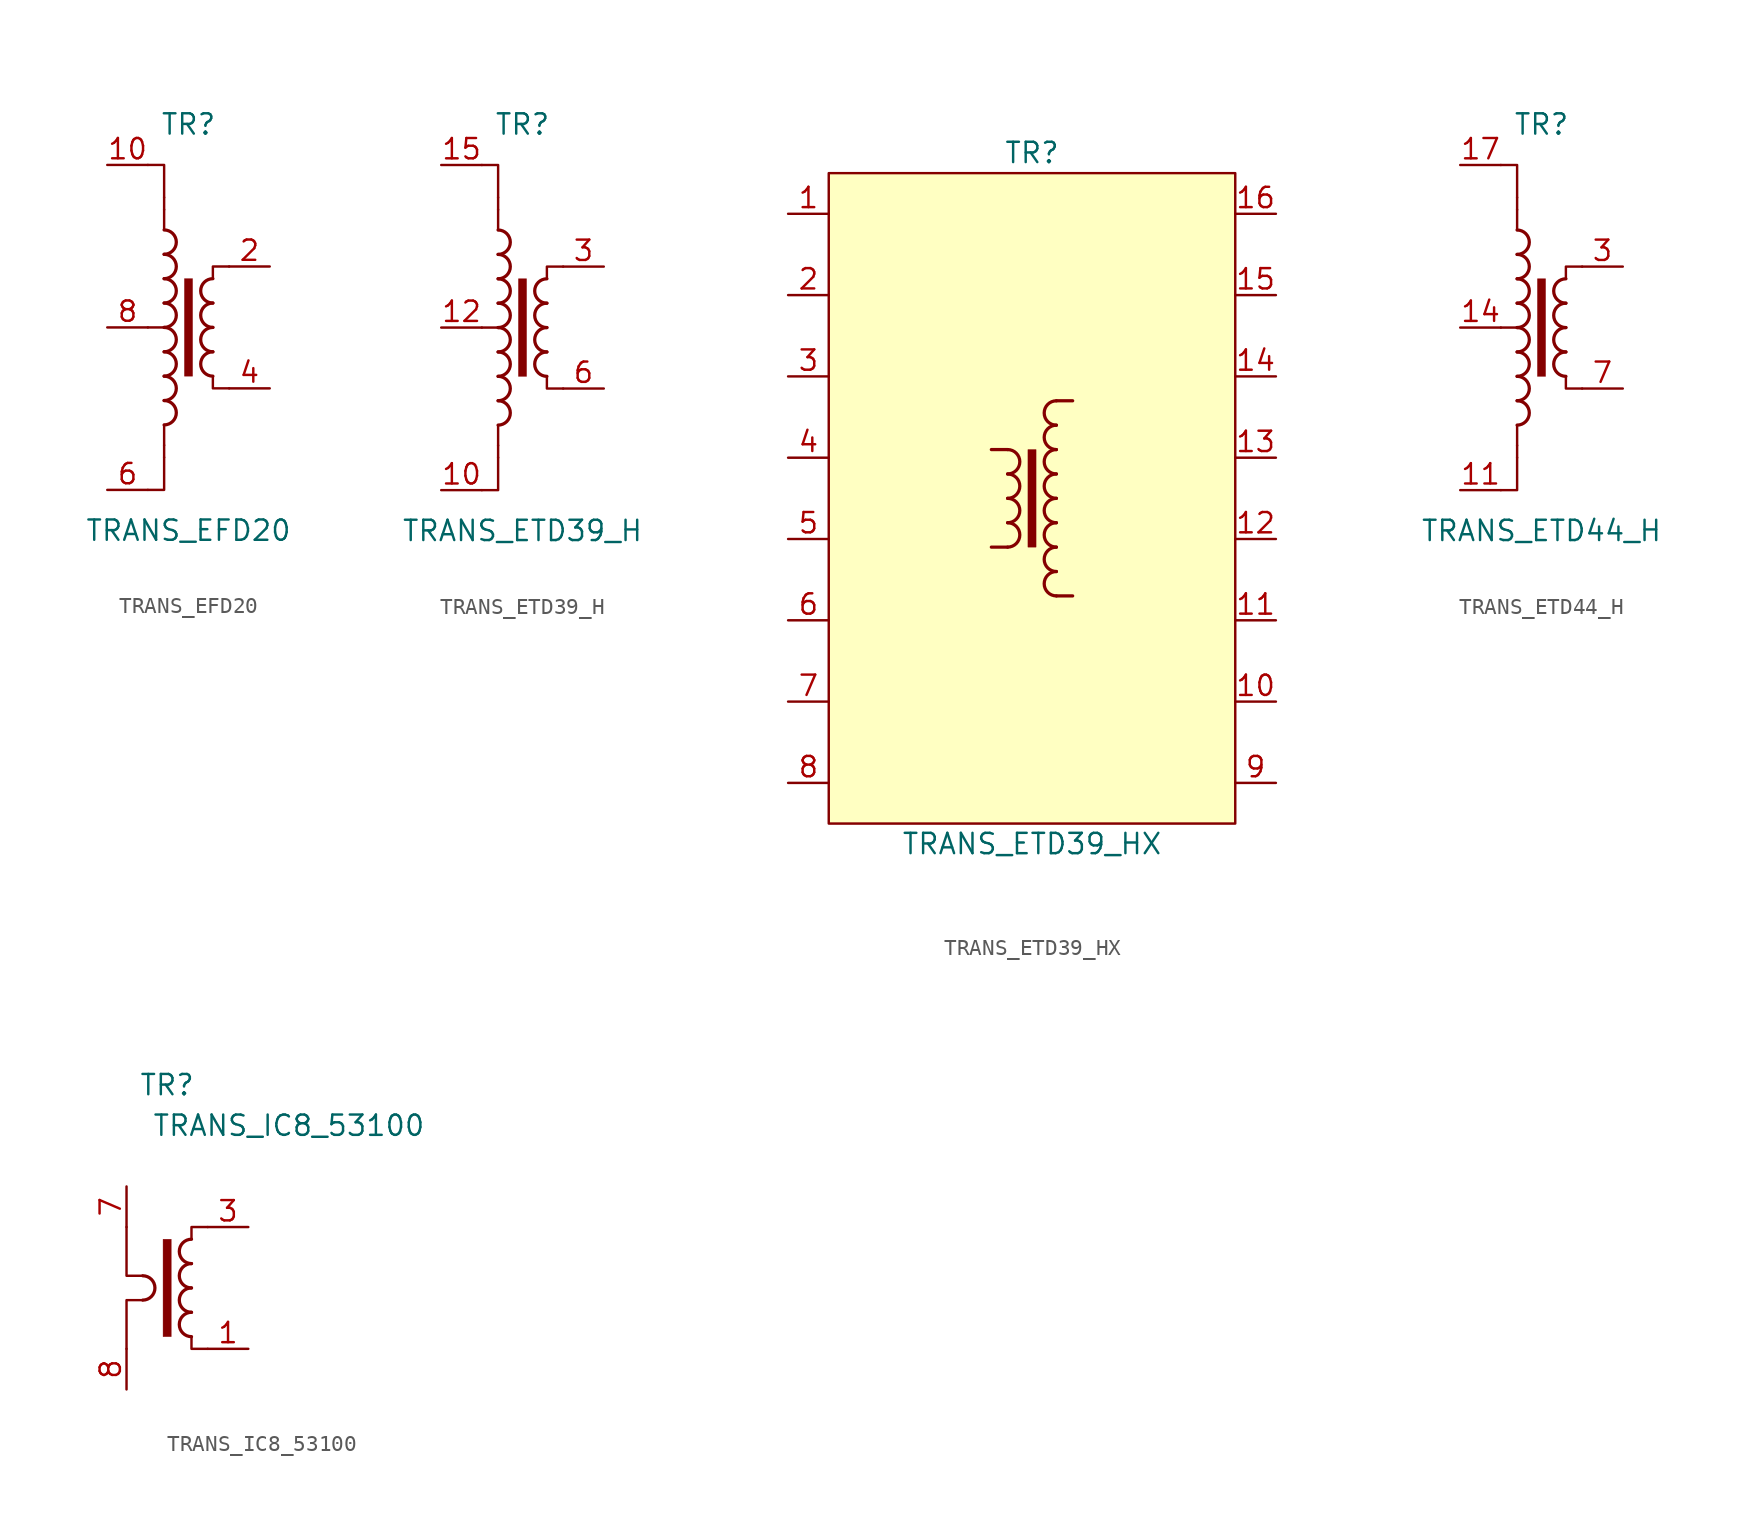
<source format=kicad_sym>
(kicad_symbol_lib
  (version 20211014)
  (generator kicad_symbol_editor)
  (symbol "TRANS_EFD20"
    (property "Reference" "TR"
      (at 0 12.7 0)
      (effects (font (size 1.27 1.27))))
    (property "Value" "TRANS_EFD20"
      (at 0 -12.7 0)
      (effects (font (size 1.27 1.27))))
    (symbol "TRANS_EFD20_0_1"
      (arc (start -1.524 -3.048) (mid -0.762 -2.286) (end -1.524 -1.524) (stroke (width 0.2032) (type default) (color 0 0 0 0)) (fill (type none)))
      (arc (start -1.524 -1.524) (mid -0.762 -0.762) (end -1.524 0) (stroke (width 0.2032) (type default) (color 0 0 0 0)) (fill (type none)))
      (arc (start -1.524 0) (mid -0.762 0.762) (end -1.524 1.524) (stroke (width 0.2032) (type default) (color 0 0 0 0)) (fill (type none)))
      (arc (start -1.524 1.524) (mid -0.762 2.286) (end -1.524 3.048) (stroke (width 0.2032) (type default) (color 0 0 0 0)) (fill (type none)))
      (rectangle (start -0.254 3.048) (end 0.254 -3.048) (stroke (width 0.025) (type default) (color 0 0 0 0)) (fill (type outline)))
      (polyline (pts (xy -1.524 -7.366) (xy -1.524 -8.128)) (stroke (width 0) (type default) (color 0 0 0 0)) (fill (type none)))
      (polyline (pts (xy -1.524 -7.366) (xy -1.524 -6.096)) (stroke (width 0) (type default) (color 0 0 0 0)) (fill (type none)))
      (polyline (pts (xy -1.524 7.366) (xy -1.524 6.096)) (stroke (width 0) (type default) (color 0 0 0 0)) (fill (type none)))
      (polyline (pts (xy -1.524 7.366) (xy -1.524 8.128)) (stroke (width 0) (type default) (color 0 0 0 0)) (fill (type none)))
      (polyline (pts (xy -1.524 0) (xy -2.54 0) (xy -2.54 0)) (stroke (width 0) (type default) (color 0 0 0 0)) (fill (type outline)))
      (polyline (pts (xy 2.54 -3.81) (xy 1.524 -3.81) (xy 1.524 -3.048)) (stroke (width 0.152) (type default) (color 0 0 0 0)) (fill (type none)))
      (polyline (pts (xy -2.54 10.16) (xy -1.524 10.16) (xy -1.524 8.128) (xy -1.524 8.128)) (stroke (width 0.152) (type default) (color 0 0 0 0)) (fill (type none)))
      (polyline (pts (xy -1.524 -8.128) (xy -1.524 -10.16) (xy -2.54 -10.16) (xy -2.54 -10.16)) (stroke (width 0.152) (type default) (color 0 0 0 0)) (fill (type none)))
      (polyline (pts (xy 1.524 3.048) (xy 1.524 3.81) (xy 2.54 3.81) (xy 2.54 3.81)) (stroke (width 0.152) (type default) (color 0 0 0 0)) (fill (type none)))
      (arc (start 1.524 -1.524) (mid 0.762 -2.286) (end 1.524 -3.048) (stroke (width 0.2032) (type default) (color 0 0 0 0)) (fill (type none)))
      (arc (start 1.524 0) (mid 0.762 -0.762) (end 1.524 -1.524) (stroke (width 0.2032) (type default) (color 0 0 0 0)) (fill (type none)))
      (arc (start 1.524 1.524) (mid 0.762 0.762) (end 1.524 0) (stroke (width 0.2032) (type default) (color 0 0 0 0)) (fill (type none)))
      (arc (start 1.524 3.048) (mid 0.762 2.286) (end 1.524 1.524) (stroke (width 0.2032) (type default) (color 0 0 0 0)) (fill (type none))))
    (symbol "TRANS_EFD20_1_1"
      (arc (start -1.524 -6.096) (mid -0.762 -5.334) (end -1.524 -4.572) (stroke (width 0.2032) (type default) (color 0 0 0 0)) (fill (type none)))
      (arc (start -1.524 -4.572) (mid -0.762 -3.81) (end -1.524 -3.048) (stroke (width 0.2032) (type default) (color 0 0 0 0)) (fill (type none)))
      (arc (start -1.524 3.048) (mid -0.762 3.81) (end -1.524 4.572) (stroke (width 0.2032) (type default) (color 0 0 0 0)) (fill (type none)))
      (arc (start -1.524 4.572) (mid -0.762 5.334) (end -1.524 6.096) (stroke (width 0.2032) (type default) (color 0 0 0 0)) (fill (type none)))
      (pin passive line (at -5.08 10.16 0) (length 2.54) (name "~" (effects (font (size 1.27 1.27)))) (number "10" (effects (font (size 1.27 1.27)))))
      (pin passive line (at 5.08 3.81 180) (length 2.54) (name "~" (effects (font (size 1.27 1.27)))) (number "2" (effects (font (size 1.27 1.27)))))
      (pin passive line (at 5.08 -3.81 180) (length 2.54) (name "~" (effects (font (size 1.27 1.27)))) (number "4" (effects (font (size 1.27 1.27)))))
      (pin passive line (at -5.08 -10.16 0) (length 2.54) (name "~" (effects (font (size 1.27 1.27)))) (number "6" (effects (font (size 1.27 1.27)))))
      (pin passive line (at -5.08 0 0) (length 2.54) (name "~" (effects (font (size 1.27 1.27)))) (number "8" (effects (font (size 1.27 1.27)))))))
  (symbol "TRANS_ETD39_H"
    (property "Reference" "TR"
      (at 0 12.7 0)
      (effects (font (size 1.27 1.27))))
    (property "Value" "TRANS_ETD39_H"
      (at 0 -12.7 0)
      (effects (font (size 1.27 1.27))))
    (symbol "TRANS_ETD39_H_0_1"
      (arc (start -1.524 -3.048) (mid -0.762 -2.286) (end -1.524 -1.524) (stroke (width 0.2032) (type default) (color 0 0 0 0)) (fill (type none)))
      (arc (start -1.524 -1.524) (mid -0.762 -0.762) (end -1.524 0) (stroke (width 0.2032) (type default) (color 0 0 0 0)) (fill (type none)))
      (arc (start -1.524 0) (mid -0.762 0.762) (end -1.524 1.524) (stroke (width 0.2032) (type default) (color 0 0 0 0)) (fill (type none)))
      (arc (start -1.524 1.524) (mid -0.762 2.286) (end -1.524 3.048) (stroke (width 0.2032) (type default) (color 0 0 0 0)) (fill (type none)))
      (rectangle (start -0.254 3.048) (end 0.254 -3.048) (stroke (width 0.025) (type default) (color 0 0 0 0)) (fill (type outline)))
      (polyline (pts (xy -1.524 -7.366) (xy -1.524 -8.128)) (stroke (width 0) (type default) (color 0 0 0 0)) (fill (type none)))
      (polyline (pts (xy -1.524 -7.366) (xy -1.524 -6.096)) (stroke (width 0) (type default) (color 0 0 0 0)) (fill (type none)))
      (polyline (pts (xy -1.524 7.366) (xy -1.524 6.096)) (stroke (width 0) (type default) (color 0 0 0 0)) (fill (type none)))
      (polyline (pts (xy -1.524 7.366) (xy -1.524 8.128)) (stroke (width 0) (type default) (color 0 0 0 0)) (fill (type none)))
      (polyline (pts (xy -1.524 0) (xy -2.54 0) (xy -2.54 0)) (stroke (width 0) (type default) (color 0 0 0 0)) (fill (type outline)))
      (polyline (pts (xy 2.54 -3.81) (xy 1.524 -3.81) (xy 1.524 -3.048)) (stroke (width 0.152) (type default) (color 0 0 0 0)) (fill (type none)))
      (polyline (pts (xy -2.54 10.16) (xy -1.524 10.16) (xy -1.524 8.128) (xy -1.524 8.128)) (stroke (width 0.152) (type default) (color 0 0 0 0)) (fill (type none)))
      (polyline (pts (xy -1.524 -8.128) (xy -1.524 -10.16) (xy -2.54 -10.16) (xy -2.54 -10.16)) (stroke (width 0.152) (type default) (color 0 0 0 0)) (fill (type none)))
      (polyline (pts (xy 1.524 3.048) (xy 1.524 3.81) (xy 2.54 3.81) (xy 2.54 3.81)) (stroke (width 0.152) (type default) (color 0 0 0 0)) (fill (type none)))
      (arc (start 1.524 -1.524) (mid 0.762 -2.286) (end 1.524 -3.048) (stroke (width 0.2032) (type default) (color 0 0 0 0)) (fill (type none)))
      (arc (start 1.524 0) (mid 0.762 -0.762) (end 1.524 -1.524) (stroke (width 0.2032) (type default) (color 0 0 0 0)) (fill (type none)))
      (arc (start 1.524 1.524) (mid 0.762 0.762) (end 1.524 0) (stroke (width 0.2032) (type default) (color 0 0 0 0)) (fill (type none)))
      (arc (start 1.524 3.048) (mid 0.762 2.286) (end 1.524 1.524) (stroke (width 0.2032) (type default) (color 0 0 0 0)) (fill (type none))))
    (symbol "TRANS_ETD39_H_1_1"
      (arc (start -1.524 -6.096) (mid -0.762 -5.334) (end -1.524 -4.572) (stroke (width 0.2032) (type default) (color 0 0 0 0)) (fill (type none)))
      (arc (start -1.524 -4.572) (mid -0.762 -3.81) (end -1.524 -3.048) (stroke (width 0.2032) (type default) (color 0 0 0 0)) (fill (type none)))
      (arc (start -1.524 3.048) (mid -0.762 3.81) (end -1.524 4.572) (stroke (width 0.2032) (type default) (color 0 0 0 0)) (fill (type none)))
      (arc (start -1.524 4.572) (mid -0.762 5.334) (end -1.524 6.096) (stroke (width 0.2032) (type default) (color 0 0 0 0)) (fill (type none)))
      (pin passive line (at -5.08 -10.16 0) (length 2.54) (name "~" (effects (font (size 1.27 1.27)))) (number "10" (effects (font (size 1.27 1.27)))))
      (pin passive line (at -5.08 0 0) (length 2.54) (name "~" (effects (font (size 1.27 1.27)))) (number "12" (effects (font (size 1.27 1.27)))))
      (pin passive line (at -5.08 10.16 0) (length 2.54) (name "~" (effects (font (size 1.27 1.27)))) (number "15" (effects (font (size 1.27 1.27)))))
      (pin passive line (at 5.08 3.81 180) (length 2.54) (name "~" (effects (font (size 1.27 1.27)))) (number "3" (effects (font (size 1.27 1.27)))))
      (pin passive line (at 5.08 -3.81 180) (length 2.54) (name "~" (effects (font (size 1.27 1.27)))) (number "6" (effects (font (size 1.27 1.27)))))))
  (symbol "TRANS_ETD39_HX"
    (property "Reference" "TR"
      (at 0 21.59 0)
      (effects (font (size 1.27 1.27))))
    (property "Value" "TRANS_ETD39_HX"
      (at 0 -21.59 0)
      (effects (font (size 1.27 1.27))))
    (symbol "TRANS_ETD39_HX_0_1"
      (rectangle (start -12.7 20.32) (end 12.7 -20.32) (stroke (width 0) (type default) (color 0 0 0 0)) (fill (type background)))
      (arc (start -1.524 -3.048) (mid -0.762 -2.286) (end -1.524 -1.524) (stroke (width 0.2032) (type default) (color 0 0 0 0)) (fill (type none)))
      (arc (start -1.524 -1.524) (mid -0.762 -0.762) (end -1.524 0) (stroke (width 0.2032) (type default) (color 0 0 0 0)) (fill (type none)))
      (arc (start -1.524 0) (mid -0.762 0.762) (end -1.524 1.524) (stroke (width 0.2032) (type default) (color 0 0 0 0)) (fill (type none)))
      (arc (start -1.524 1.524) (mid -0.762 2.286) (end -1.524 3.048) (stroke (width 0.2032) (type default) (color 0 0 0 0)) (fill (type none)))
      (rectangle (start -0.254 -3.048) (end 0.254 3.048) (stroke (width 0.025) (type default) (color 0 0 0 0)) (fill (type outline)))
      (polyline (pts (xy -1.524 -3.048) (xy -2.54 -3.048)) (stroke (width 0.203) (type default) (color 0 0 0 0)) (fill (type none)))
      (polyline (pts (xy -1.524 3.048) (xy -2.54 3.048)) (stroke (width 0.203) (type default) (color 0 0 0 0)) (fill (type none)))
      (polyline (pts (xy 2.54 -6.096) (xy 1.524 -6.096)) (stroke (width 0.203) (type default) (color 0 0 0 0)) (fill (type none)))
      (polyline (pts (xy 2.54 6.096) (xy 1.524 6.096)) (stroke (width 0.203) (type default) (color 0 0 0 0)) (fill (type none)))
      (arc (start 1.524 -1.524) (mid 0.762 -2.286) (end 1.524 -3.048) (stroke (width 0.2032) (type default) (color 0 0 0 0)) (fill (type none)))
      (arc (start 1.524 0) (mid 0.762 -0.762) (end 1.524 -1.524) (stroke (width 0.2032) (type default) (color 0 0 0 0)) (fill (type none)))
      (arc (start 1.524 1.524) (mid 0.762 0.762) (end 1.524 0) (stroke (width 0.2032) (type default) (color 0 0 0 0)) (fill (type none)))
      (arc (start 1.524 3.048) (mid 0.762 2.286) (end 1.524 1.524) (stroke (width 0.2032) (type default) (color 0 0 0 0)) (fill (type none))))
    (symbol "TRANS_ETD39_HX_1_1"
      (arc (start 1.524 -4.572) (mid 0.762 -5.334) (end 1.524 -6.096) (stroke (width 0.2032) (type default) (color 0 0 0 0)) (fill (type none)))
      (arc (start 1.524 -3.048) (mid 0.762 -3.81) (end 1.524 -4.572) (stroke (width 0.2032) (type default) (color 0 0 0 0)) (fill (type none)))
      (arc (start 1.524 4.572) (mid 0.762 3.81) (end 1.524 3.048) (stroke (width 0.2032) (type default) (color 0 0 0 0)) (fill (type none)))
      (arc (start 1.524 6.096) (mid 0.762 5.334) (end 1.524 4.572) (stroke (width 0.2032) (type default) (color 0 0 0 0)) (fill (type none)))
      (pin passive line (at -15.24 17.78 0) (length 2.54) (name "~" (effects (font (size 1.27 1.27)))) (number "1" (effects (font (size 1.27 1.27)))))
      (pin passive line (at 15.24 -12.7 180) (length 2.54) (name "~" (effects (font (size 1.27 1.27)))) (number "10" (effects (font (size 1.27 1.27)))))
      (pin passive line (at 15.24 -7.62 180) (length 2.54) (name "~" (effects (font (size 1.27 1.27)))) (number "11" (effects (font (size 1.27 1.27)))))
      (pin passive line (at 15.24 -2.54 180) (length 2.54) (name "~" (effects (font (size 1.27 1.27)))) (number "12" (effects (font (size 1.27 1.27)))))
      (pin passive line (at 15.24 2.54 180) (length 2.54) (name "~" (effects (font (size 1.27 1.27)))) (number "13" (effects (font (size 1.27 1.27)))))
      (pin passive line (at 15.24 7.62 180) (length 2.54) (name "~" (effects (font (size 1.27 1.27)))) (number "14" (effects (font (size 1.27 1.27)))))
      (pin passive line (at 15.24 12.7 180) (length 2.54) (name "~" (effects (font (size 1.27 1.27)))) (number "15" (effects (font (size 1.27 1.27)))))
      (pin passive line (at 15.24 17.78 180) (length 2.54) (name "~" (effects (font (size 1.27 1.27)))) (number "16" (effects (font (size 1.27 1.27)))))
      (pin passive line (at -15.24 12.7 0) (length 2.54) (name "~" (effects (font (size 1.27 1.27)))) (number "2" (effects (font (size 1.27 1.27)))))
      (pin passive line (at -15.24 7.62 0) (length 2.54) (name "~" (effects (font (size 1.27 1.27)))) (number "3" (effects (font (size 1.27 1.27)))))
      (pin passive line (at -15.24 2.54 0) (length 2.54) (name "~" (effects (font (size 1.27 1.27)))) (number "4" (effects (font (size 1.27 1.27)))))
      (pin passive line (at -15.24 -2.54 0) (length 2.54) (name "~" (effects (font (size 1.27 1.27)))) (number "5" (effects (font (size 1.27 1.27)))))
      (pin passive line (at -15.24 -7.62 0) (length 2.54) (name "~" (effects (font (size 1.27 1.27)))) (number "6" (effects (font (size 1.27 1.27)))))
      (pin passive line (at -15.24 -12.7 0) (length 2.54) (name "~" (effects (font (size 1.27 1.27)))) (number "7" (effects (font (size 1.27 1.27)))))
      (pin passive line (at -15.24 -17.78 0) (length 2.54) (name "~" (effects (font (size 1.27 1.27)))) (number "8" (effects (font (size 1.27 1.27)))))
      (pin passive line (at 15.24 -17.78 180) (length 2.54) (name "~" (effects (font (size 1.27 1.27)))) (number "9" (effects (font (size 1.27 1.27)))))))
  (symbol "TRANS_ETD44_H"
    (property "Reference" "TR"
      (at 0 12.7 0)
      (effects (font (size 1.27 1.27))))
    (property "Value" "TRANS_ETD44_H"
      (at 0 -12.7 0)
      (effects (font (size 1.27 1.27))))
    (symbol "TRANS_ETD44_H_0_1"
      (arc (start -1.524 -3.048) (mid -0.762 -2.286) (end -1.524 -1.524) (stroke (width 0.2032) (type default) (color 0 0 0 0)) (fill (type none)))
      (arc (start -1.524 -1.524) (mid -0.762 -0.762) (end -1.524 0) (stroke (width 0.2032) (type default) (color 0 0 0 0)) (fill (type none)))
      (arc (start -1.524 0) (mid -0.762 0.762) (end -1.524 1.524) (stroke (width 0.2032) (type default) (color 0 0 0 0)) (fill (type none)))
      (arc (start -1.524 1.524) (mid -0.762 2.286) (end -1.524 3.048) (stroke (width 0.2032) (type default) (color 0 0 0 0)) (fill (type none)))
      (rectangle (start -0.254 3.048) (end 0.254 -3.048) (stroke (width 0.025) (type default) (color 0 0 0 0)) (fill (type outline)))
      (polyline (pts (xy -1.524 -7.366) (xy -1.524 -8.128)) (stroke (width 0) (type default) (color 0 0 0 0)) (fill (type none)))
      (polyline (pts (xy -1.524 -7.366) (xy -1.524 -6.096)) (stroke (width 0) (type default) (color 0 0 0 0)) (fill (type none)))
      (polyline (pts (xy -1.524 7.366) (xy -1.524 6.096)) (stroke (width 0) (type default) (color 0 0 0 0)) (fill (type none)))
      (polyline (pts (xy -1.524 7.366) (xy -1.524 8.128)) (stroke (width 0) (type default) (color 0 0 0 0)) (fill (type none)))
      (polyline (pts (xy -1.524 0) (xy -2.54 0) (xy -2.54 0)) (stroke (width 0) (type default) (color 0 0 0 0)) (fill (type outline)))
      (polyline (pts (xy 2.54 -3.81) (xy 1.524 -3.81) (xy 1.524 -3.048)) (stroke (width 0.152) (type default) (color 0 0 0 0)) (fill (type none)))
      (polyline (pts (xy -2.54 10.16) (xy -1.524 10.16) (xy -1.524 8.128) (xy -1.524 8.128)) (stroke (width 0.152) (type default) (color 0 0 0 0)) (fill (type none)))
      (polyline (pts (xy -1.524 -8.128) (xy -1.524 -10.16) (xy -2.54 -10.16) (xy -2.54 -10.16)) (stroke (width 0.152) (type default) (color 0 0 0 0)) (fill (type none)))
      (polyline (pts (xy 1.524 3.048) (xy 1.524 3.81) (xy 2.54 3.81) (xy 2.54 3.81)) (stroke (width 0.152) (type default) (color 0 0 0 0)) (fill (type none)))
      (arc (start 1.524 -1.524) (mid 0.762 -2.286) (end 1.524 -3.048) (stroke (width 0.2032) (type default) (color 0 0 0 0)) (fill (type none)))
      (arc (start 1.524 0) (mid 0.762 -0.762) (end 1.524 -1.524) (stroke (width 0.2032) (type default) (color 0 0 0 0)) (fill (type none)))
      (arc (start 1.524 1.524) (mid 0.762 0.762) (end 1.524 0) (stroke (width 0.2032) (type default) (color 0 0 0 0)) (fill (type none)))
      (arc (start 1.524 3.048) (mid 0.762 2.286) (end 1.524 1.524) (stroke (width 0.2032) (type default) (color 0 0 0 0)) (fill (type none))))
    (symbol "TRANS_ETD44_H_1_1"
      (arc (start -1.524 -6.096) (mid -0.762 -5.334) (end -1.524 -4.572) (stroke (width 0.2032) (type default) (color 0 0 0 0)) (fill (type none)))
      (arc (start -1.524 -4.572) (mid -0.762 -3.81) (end -1.524 -3.048) (stroke (width 0.2032) (type default) (color 0 0 0 0)) (fill (type none)))
      (arc (start -1.524 3.048) (mid -0.762 3.81) (end -1.524 4.572) (stroke (width 0.2032) (type default) (color 0 0 0 0)) (fill (type none)))
      (arc (start -1.524 4.572) (mid -0.762 5.334) (end -1.524 6.096) (stroke (width 0.2032) (type default) (color 0 0 0 0)) (fill (type none)))
      (pin passive line (at -5.08 -10.16 0) (length 2.54) (name "~" (effects (font (size 1.27 1.27)))) (number "11" (effects (font (size 1.27 1.27)))))
      (pin passive line (at -5.08 0 0) (length 2.54) (name "~" (effects (font (size 1.27 1.27)))) (number "14" (effects (font (size 1.27 1.27)))))
      (pin passive line (at -5.08 10.16 0) (length 2.54) (name "~" (effects (font (size 1.27 1.27)))) (number "17" (effects (font (size 1.27 1.27)))))
      (pin passive line (at 5.08 3.81 180) (length 2.54) (name "~" (effects (font (size 1.27 1.27)))) (number "3" (effects (font (size 1.27 1.27)))))
      (pin passive line (at 5.08 -3.81 180) (length 2.54) (name "~" (effects (font (size 1.27 1.27)))) (number "7" (effects (font (size 1.27 1.27)))))))
  (symbol "TRANS_IC8_53100"
    (property "Reference" "TR"
      (at 0 12.7 0)
      (effects (font (size 1.27 1.27))))
    (property "Value" "TRANS_IC8_53100"
      (at 7.62 10.16 0)
      (effects (font (size 1.27 1.27))))
    (symbol "TRANS_IC8_53100_0_1"
      (arc (start -1.524 -0.762) (mid -0.762 0) (end -1.524 0.762) (stroke (width 0.2032) (type default) (color 0 0 0 0)) (fill (type none)))
      (rectangle (start -0.254 3.048) (end 0.254 -3.048) (stroke (width 0.025) (type default) (color 0 0 0 0)) (fill (type outline)))
      (polyline (pts (xy -2.54 3.81) (xy -2.54 0.762) (xy -1.524 0.762)) (stroke (width 0) (type default) (color 0 0 0 0)) (fill (type none)))
      (polyline (pts (xy -1.524 -0.762) (xy -2.54 -0.762) (xy -2.54 -3.81)) (stroke (width 0) (type default) (color 0 0 0 0)) (fill (type none)))
      (polyline (pts (xy 2.54 -3.81) (xy 1.524 -3.81) (xy 1.524 -3.048)) (stroke (width 0) (type default) (color 0 0 0 0)) (fill (type none)))
      (polyline (pts (xy 2.54 3.81) (xy 1.524 3.81) (xy 1.524 3.048)) (stroke (width 0) (type default) (color 0 0 0 0)) (fill (type none)))
      (arc (start 1.524 -1.524) (mid 0.762 -2.286) (end 1.524 -3.048) (stroke (width 0.2032) (type default) (color 0 0 0 0)) (fill (type none)))
      (arc (start 1.524 0) (mid 0.762 -0.762) (end 1.524 -1.524) (stroke (width 0.2032) (type default) (color 0 0 0 0)) (fill (type none)))
      (arc (start 1.524 1.524) (mid 0.762 0.762) (end 1.524 0) (stroke (width 0.2032) (type default) (color 0 0 0 0)) (fill (type none)))
      (arc (start 1.524 3.048) (mid 0.762 2.286) (end 1.524 1.524) (stroke (width 0.2032) (type default) (color 0 0 0 0)) (fill (type none))))
    (symbol "TRANS_IC8_53100_1_1"
      (pin passive line (at 5.08 -3.81 180) (length 2.54) (name "~" (effects (font (size 1.27 1.27)))) (number "1" (effects (font (size 1.27 1.27)))))
      (pin passive line (at 5.08 3.81 180) (length 2.54) (name "~" (effects (font (size 1.27 1.27)))) (number "3" (effects (font (size 1.27 1.27)))))
      (pin passive line (at -2.54 6.35 270) (length 2.54) (name "~" (effects (font (size 1.27 1.27)))) (number "7" (effects (font (size 1.27 1.27)))))
      (pin passive line (at -2.54 -6.35 90) (length 2.54) (name "~" (effects (font (size 1.27 1.27)))) (number "8" (effects (font (size 1.27 1.27))))))))
</source>
